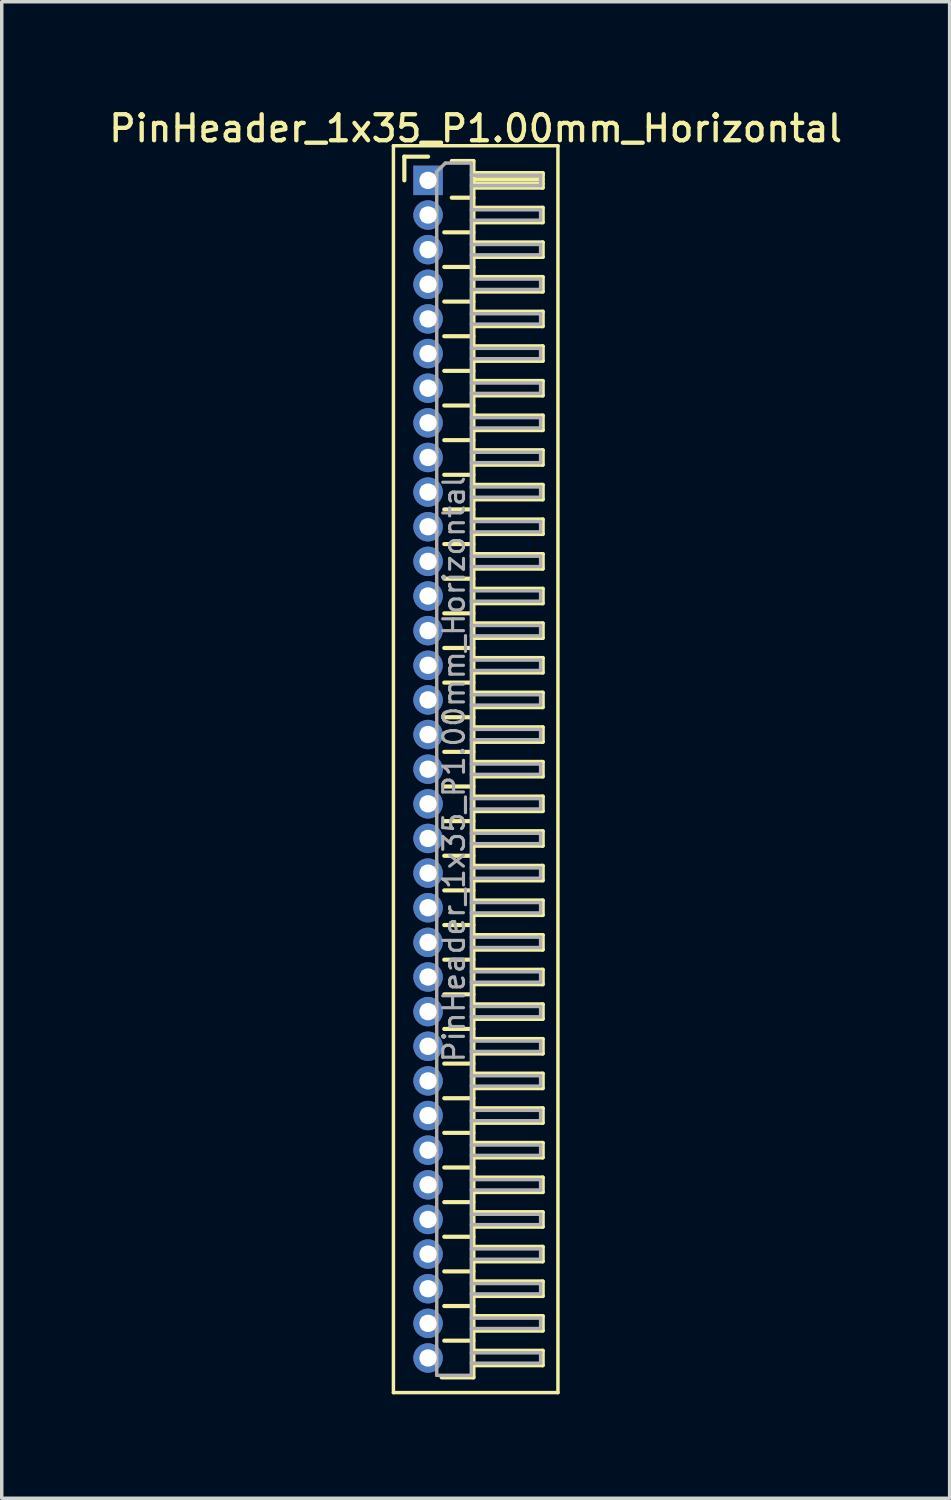
<source format=kicad_pcb>
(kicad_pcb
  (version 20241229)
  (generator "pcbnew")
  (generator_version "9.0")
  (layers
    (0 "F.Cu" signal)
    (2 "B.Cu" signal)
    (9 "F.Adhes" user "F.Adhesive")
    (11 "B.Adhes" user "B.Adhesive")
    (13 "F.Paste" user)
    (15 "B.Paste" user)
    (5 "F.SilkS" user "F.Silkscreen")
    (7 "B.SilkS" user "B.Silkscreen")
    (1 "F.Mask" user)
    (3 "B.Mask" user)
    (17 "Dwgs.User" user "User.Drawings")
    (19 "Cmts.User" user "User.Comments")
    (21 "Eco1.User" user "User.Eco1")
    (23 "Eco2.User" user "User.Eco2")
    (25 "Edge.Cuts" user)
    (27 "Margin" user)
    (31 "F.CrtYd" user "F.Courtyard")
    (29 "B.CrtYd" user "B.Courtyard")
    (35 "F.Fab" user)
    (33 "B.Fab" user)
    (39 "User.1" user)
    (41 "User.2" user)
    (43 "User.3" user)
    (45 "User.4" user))
  (footprint "PinHeader_1x35_P1.00mm_Horizontal"
    (layer "F.Cu")
    (at 9.309 2.158)
    (property "Reference" "PinHeader_1x35_P1.00mm_Horizontal" (at 1.375 -1.5 0) (layer "F.SilkS") (effects (font (size 0.75 0.75) (thickness 0.125))))
    (attr through_hole)
    (fp_line (start -1 -1) (end -1 35) (stroke (width 0.1) (type solid)) (layer "F.SilkS"))
    (fp_line (start -1 35) (end 3.75 35) (stroke (width 0.1) (type solid)) (layer "F.SilkS"))
    (fp_line (start -0.685 -0.685) (end 0 -0.685) (stroke (width 0.12) (type solid)) (layer "F.SilkS"))
    (fp_line (start -0.685 0) (end -0.685 -0.685) (stroke (width 0.12) (type solid)) (layer "F.SilkS"))
    (fp_line (start 0.468 1.5) (end 1.31 1.5) (stroke (width 0.12) (type solid)) (layer "F.SilkS"))
    (fp_line (start 0.468 2.5) (end 1.31 2.5) (stroke (width 0.12) (type solid)) (layer "F.SilkS"))
    (fp_line (start 0.468 3.5) (end 1.31 3.5) (stroke (width 0.12) (type solid)) (layer "F.SilkS"))
    (fp_line (start 0.468 4.5) (end 1.31 4.5) (stroke (width 0.12) (type solid)) (layer "F.SilkS"))
    (fp_line (start 0.468 5.5) (end 1.31 5.5) (stroke (width 0.12) (type solid)) (layer "F.SilkS"))
    (fp_line (start 0.468 6.5) (end 1.31 6.5) (stroke (width 0.12) (type solid)) (layer "F.SilkS"))
    (fp_line (start 0.468 7.5) (end 1.31 7.5) (stroke (width 0.12) (type solid)) (layer "F.SilkS"))
    (fp_line (start 0.468 8.5) (end 1.31 8.5) (stroke (width 0.12) (type solid)) (layer "F.SilkS"))
    (fp_line (start 0.468 9.5) (end 1.31 9.5) (stroke (width 0.12) (type solid)) (layer "F.SilkS"))
    (fp_line (start 0.468 10.5) (end 1.31 10.5) (stroke (width 0.12) (type solid)) (layer "F.SilkS"))
    (fp_line (start 0.468 11.5) (end 1.31 11.5) (stroke (width 0.12) (type solid)) (layer "F.SilkS"))
    (fp_line (start 0.468 12.5) (end 1.31 12.5) (stroke (width 0.12) (type solid)) (layer "F.SilkS"))
    (fp_line (start 0.468 13.5) (end 1.31 13.5) (stroke (width 0.12) (type solid)) (layer "F.SilkS"))
    (fp_line (start 0.468 14.5) (end 1.31 14.5) (stroke (width 0.12) (type solid)) (layer "F.SilkS"))
    (fp_line (start 0.468 15.5) (end 1.31 15.5) (stroke (width 0.12) (type solid)) (layer "F.SilkS"))
    (fp_line (start 0.468 16.5) (end 1.31 16.5) (stroke (width 0.12) (type solid)) (layer "F.SilkS"))
    (fp_line (start 0.468 17.5) (end 1.31 17.5) (stroke (width 0.12) (type solid)) (layer "F.SilkS"))
    (fp_line (start 0.468 18.5) (end 1.31 18.5) (stroke (width 0.12) (type solid)) (layer "F.SilkS"))
    (fp_line (start 0.468 19.5) (end 1.31 19.5) (stroke (width 0.12) (type solid)) (layer "F.SilkS"))
    (fp_line (start 0.468 20.5) (end 1.31 20.5) (stroke (width 0.12) (type solid)) (layer "F.SilkS"))
    (fp_line (start 0.468 21.5) (end 1.31 21.5) (stroke (width 0.12) (type solid)) (layer "F.SilkS"))
    (fp_line (start 0.468 22.5) (end 1.31 22.5) (stroke (width 0.12) (type solid)) (layer "F.SilkS"))
    (fp_line (start 0.468 23.5) (end 1.31 23.5) (stroke (width 0.12) (type solid)) (layer "F.SilkS"))
    (fp_line (start 0.468 24.5) (end 1.31 24.5) (stroke (width 0.12) (type solid)) (layer "F.SilkS"))
    (fp_line (start 0.468 25.5) (end 1.31 25.5) (stroke (width 0.12) (type solid)) (layer "F.SilkS"))
    (fp_line (start 0.468 26.5) (end 1.31 26.5) (stroke (width 0.12) (type solid)) (layer "F.SilkS"))
    (fp_line (start 0.468 27.5) (end 1.31 27.5) (stroke (width 0.12) (type solid)) (layer "F.SilkS"))
    (fp_line (start 0.468 28.5) (end 1.31 28.5) (stroke (width 0.12) (type solid)) (layer "F.SilkS"))
    (fp_line (start 0.468 29.5) (end 1.31 29.5) (stroke (width 0.12) (type solid)) (layer "F.SilkS"))
    (fp_line (start 0.468 30.5) (end 1.31 30.5) (stroke (width 0.12) (type solid)) (layer "F.SilkS"))
    (fp_line (start 0.468 31.5) (end 1.31 31.5) (stroke (width 0.12) (type solid)) (layer "F.SilkS"))
    (fp_line (start 0.468 32.5) (end 1.31 32.5) (stroke (width 0.12) (type solid)) (layer "F.SilkS"))
    (fp_line (start 0.468 33.5) (end 1.31 33.5) (stroke (width 0.12) (type solid)) (layer "F.SilkS"))
    (fp_line (start 0.685 -0.56) (end 1.31 -0.56) (stroke (width 0.12) (type solid)) (layer "F.SilkS"))
    (fp_line (start 0.685 0.5) (end 1.31 0.5) (stroke (width 0.12) (type solid)) (layer "F.SilkS"))
    (fp_line (start 1.31 -0.56) (end 1.31 34.56) (stroke (width 0.12) (type solid)) (layer "F.SilkS"))
    (fp_line (start 1.31 -0.21) (end 3.31 -0.21) (stroke (width 0.12) (type solid)) (layer "F.SilkS"))
    (fp_line (start 1.31 -0.15) (end 3.31 -0.15) (stroke (width 0.12) (type solid)) (layer "F.SilkS"))
    (fp_line (start 1.31 -0.03) (end 3.31 -0.03) (stroke (width 0.12) (type solid)) (layer "F.SilkS"))
    (fp_line (start 1.31 0.09) (end 3.31 0.09) (stroke (width 0.12) (type solid)) (layer "F.SilkS"))
    (fp_line (start 1.31 0.79) (end 3.31 0.79) (stroke (width 0.12) (type solid)) (layer "F.SilkS"))
    (fp_line (start 1.31 1.79) (end 3.31 1.79) (stroke (width 0.12) (type solid)) (layer "F.SilkS"))
    (fp_line (start 1.31 2.79) (end 3.31 2.79) (stroke (width 0.12) (type solid)) (layer "F.SilkS"))
    (fp_line (start 1.31 3.79) (end 3.31 3.79) (stroke (width 0.12) (type solid)) (layer "F.SilkS"))
    (fp_line (start 1.31 4.79) (end 3.31 4.79) (stroke (width 0.12) (type solid)) (layer "F.SilkS"))
    (fp_line (start 1.31 5.79) (end 3.31 5.79) (stroke (width 0.12) (type solid)) (layer "F.SilkS"))
    (fp_line (start 1.31 6.79) (end 3.31 6.79) (stroke (width 0.12) (type solid)) (layer "F.SilkS"))
    (fp_line (start 1.31 7.79) (end 3.31 7.79) (stroke (width 0.12) (type solid)) (layer "F.SilkS"))
    (fp_line (start 1.31 8.79) (end 3.31 8.79) (stroke (width 0.12) (type solid)) (layer "F.SilkS"))
    (fp_line (start 1.31 9.79) (end 3.31 9.79) (stroke (width 0.12) (type solid)) (layer "F.SilkS"))
    (fp_line (start 1.31 10.79) (end 3.31 10.79) (stroke (width 0.12) (type solid)) (layer "F.SilkS"))
    (fp_line (start 1.31 11.79) (end 3.31 11.79) (stroke (width 0.12) (type solid)) (layer "F.SilkS"))
    (fp_line (start 1.31 12.79) (end 3.31 12.79) (stroke (width 0.12) (type solid)) (layer "F.SilkS"))
    (fp_line (start 1.31 13.79) (end 3.31 13.79) (stroke (width 0.12) (type solid)) (layer "F.SilkS"))
    (fp_line (start 1.31 14.79) (end 3.31 14.79) (stroke (width 0.12) (type solid)) (layer "F.SilkS"))
    (fp_line (start 1.31 15.79) (end 3.31 15.79) (stroke (width 0.12) (type solid)) (layer "F.SilkS"))
    (fp_line (start 1.31 16.79) (end 3.31 16.79) (stroke (width 0.12) (type solid)) (layer "F.SilkS"))
    (fp_line (start 1.31 17.79) (end 3.31 17.79) (stroke (width 0.12) (type solid)) (layer "F.SilkS"))
    (fp_line (start 1.31 18.79) (end 3.31 18.79) (stroke (width 0.12) (type solid)) (layer "F.SilkS"))
    (fp_line (start 1.31 19.79) (end 3.31 19.79) (stroke (width 0.12) (type solid)) (layer "F.SilkS"))
    (fp_line (start 1.31 20.79) (end 3.31 20.79) (stroke (width 0.12) (type solid)) (layer "F.SilkS"))
    (fp_line (start 1.31 21.79) (end 3.31 21.79) (stroke (width 0.12) (type solid)) (layer "F.SilkS"))
    (fp_line (start 1.31 22.79) (end 3.31 22.79) (stroke (width 0.12) (type solid)) (layer "F.SilkS"))
    (fp_line (start 1.31 23.79) (end 3.31 23.79) (stroke (width 0.12) (type solid)) (layer "F.SilkS"))
    (fp_line (start 1.31 24.79) (end 3.31 24.79) (stroke (width 0.12) (type solid)) (layer "F.SilkS"))
    (fp_line (start 1.31 25.79) (end 3.31 25.79) (stroke (width 0.12) (type solid)) (layer "F.SilkS"))
    (fp_line (start 1.31 26.79) (end 3.31 26.79) (stroke (width 0.12) (type solid)) (layer "F.SilkS"))
    (fp_line (start 1.31 27.79) (end 3.31 27.79) (stroke (width 0.12) (type solid)) (layer "F.SilkS"))
    (fp_line (start 1.31 28.79) (end 3.31 28.79) (stroke (width 0.12) (type solid)) (layer "F.SilkS"))
    (fp_line (start 1.31 29.79) (end 3.31 29.79) (stroke (width 0.12) (type solid)) (layer "F.SilkS"))
    (fp_line (start 1.31 30.79) (end 3.31 30.79) (stroke (width 0.12) (type solid)) (layer "F.SilkS"))
    (fp_line (start 1.31 31.79) (end 3.31 31.79) (stroke (width 0.12) (type solid)) (layer "F.SilkS"))
    (fp_line (start 1.31 32.79) (end 3.31 32.79) (stroke (width 0.12) (type solid)) (layer "F.SilkS"))
    (fp_line (start 1.31 33.79) (end 3.31 33.79) (stroke (width 0.12) (type solid)) (layer "F.SilkS"))
    (fp_line (start 1.31 34.56) (end 0.394 34.56) (stroke (width 0.12) (type solid)) (layer "F.SilkS"))
    (fp_line (start 3.31 -0.21) (end 3.31 0.21) (stroke (width 0.12) (type solid)) (layer "F.SilkS"))
    (fp_line (start 3.31 0.21) (end 1.31 0.21) (stroke (width 0.12) (type solid)) (layer "F.SilkS"))
    (fp_line (start 3.31 0.79) (end 3.31 1.21) (stroke (width 0.12) (type solid)) (layer "F.SilkS"))
    (fp_line (start 3.31 1.21) (end 1.31 1.21) (stroke (width 0.12) (type solid)) (layer "F.SilkS"))
    (fp_line (start 3.31 1.79) (end 3.31 2.21) (stroke (width 0.12) (type solid)) (layer "F.SilkS"))
    (fp_line (start 3.31 2.21) (end 1.31 2.21) (stroke (width 0.12) (type solid)) (layer "F.SilkS"))
    (fp_line (start 3.31 2.79) (end 3.31 3.21) (stroke (width 0.12) (type solid)) (layer "F.SilkS"))
    (fp_line (start 3.31 3.21) (end 1.31 3.21) (stroke (width 0.12) (type solid)) (layer "F.SilkS"))
    (fp_line (start 3.31 3.79) (end 3.31 4.21) (stroke (width 0.12) (type solid)) (layer "F.SilkS"))
    (fp_line (start 3.31 4.21) (end 1.31 4.21) (stroke (width 0.12) (type solid)) (layer "F.SilkS"))
    (fp_line (start 3.31 4.79) (end 3.31 5.21) (stroke (width 0.12) (type solid)) (layer "F.SilkS"))
    (fp_line (start 3.31 5.21) (end 1.31 5.21) (stroke (width 0.12) (type solid)) (layer "F.SilkS"))
    (fp_line (start 3.31 5.79) (end 3.31 6.21) (stroke (width 0.12) (type solid)) (layer "F.SilkS"))
    (fp_line (start 3.31 6.21) (end 1.31 6.21) (stroke (width 0.12) (type solid)) (layer "F.SilkS"))
    (fp_line (start 3.31 6.79) (end 3.31 7.21) (stroke (width 0.12) (type solid)) (layer "F.SilkS"))
    (fp_line (start 3.31 7.21) (end 1.31 7.21) (stroke (width 0.12) (type solid)) (layer "F.SilkS"))
    (fp_line (start 3.31 7.79) (end 3.31 8.21) (stroke (width 0.12) (type solid)) (layer "F.SilkS"))
    (fp_line (start 3.31 8.21) (end 1.31 8.21) (stroke (width 0.12) (type solid)) (layer "F.SilkS"))
    (fp_line (start 3.31 8.79) (end 3.31 9.21) (stroke (width 0.12) (type solid)) (layer "F.SilkS"))
    (fp_line (start 3.31 9.21) (end 1.31 9.21) (stroke (width 0.12) (type solid)) (layer "F.SilkS"))
    (fp_line (start 3.31 9.79) (end 3.31 10.21) (stroke (width 0.12) (type solid)) (layer "F.SilkS"))
    (fp_line (start 3.31 10.21) (end 1.31 10.21) (stroke (width 0.12) (type solid)) (layer "F.SilkS"))
    (fp_line (start 3.31 10.79) (end 3.31 11.21) (stroke (width 0.12) (type solid)) (layer "F.SilkS"))
    (fp_line (start 3.31 11.21) (end 1.31 11.21) (stroke (width 0.12) (type solid)) (layer "F.SilkS"))
    (fp_line (start 3.31 11.79) (end 3.31 12.21) (stroke (width 0.12) (type solid)) (layer "F.SilkS"))
    (fp_line (start 3.31 12.21) (end 1.31 12.21) (stroke (width 0.12) (type solid)) (layer "F.SilkS"))
    (fp_line (start 3.31 12.79) (end 3.31 13.21) (stroke (width 0.12) (type solid)) (layer "F.SilkS"))
    (fp_line (start 3.31 13.21) (end 1.31 13.21) (stroke (width 0.12) (type solid)) (layer "F.SilkS"))
    (fp_line (start 3.31 13.79) (end 3.31 14.21) (stroke (width 0.12) (type solid)) (layer "F.SilkS"))
    (fp_line (start 3.31 14.21) (end 1.31 14.21) (stroke (width 0.12) (type solid)) (layer "F.SilkS"))
    (fp_line (start 3.31 14.79) (end 3.31 15.21) (stroke (width 0.12) (type solid)) (layer "F.SilkS"))
    (fp_line (start 3.31 15.21) (end 1.31 15.21) (stroke (width 0.12) (type solid)) (layer "F.SilkS"))
    (fp_line (start 3.31 15.79) (end 3.31 16.21) (stroke (width 0.12) (type solid)) (layer "F.SilkS"))
    (fp_line (start 3.31 16.21) (end 1.31 16.21) (stroke (width 0.12) (type solid)) (layer "F.SilkS"))
    (fp_line (start 3.31 16.79) (end 3.31 17.21) (stroke (width 0.12) (type solid)) (layer "F.SilkS"))
    (fp_line (start 3.31 17.21) (end 1.31 17.21) (stroke (width 0.12) (type solid)) (layer "F.SilkS"))
    (fp_line (start 3.31 17.79) (end 3.31 18.21) (stroke (width 0.12) (type solid)) (layer "F.SilkS"))
    (fp_line (start 3.31 18.21) (end 1.31 18.21) (stroke (width 0.12) (type solid)) (layer "F.SilkS"))
    (fp_line (start 3.31 18.79) (end 3.31 19.21) (stroke (width 0.12) (type solid)) (layer "F.SilkS"))
    (fp_line (start 3.31 19.21) (end 1.31 19.21) (stroke (width 0.12) (type solid)) (layer "F.SilkS"))
    (fp_line (start 3.31 19.79) (end 3.31 20.21) (stroke (width 0.12) (type solid)) (layer "F.SilkS"))
    (fp_line (start 3.31 20.21) (end 1.31 20.21) (stroke (width 0.12) (type solid)) (layer "F.SilkS"))
    (fp_line (start 3.31 20.79) (end 3.31 21.21) (stroke (width 0.12) (type solid)) (layer "F.SilkS"))
    (fp_line (start 3.31 21.21) (end 1.31 21.21) (stroke (width 0.12) (type solid)) (layer "F.SilkS"))
    (fp_line (start 3.31 21.79) (end 3.31 22.21) (stroke (width 0.12) (type solid)) (layer "F.SilkS"))
    (fp_line (start 3.31 22.21) (end 1.31 22.21) (stroke (width 0.12) (type solid)) (layer "F.SilkS"))
    (fp_line (start 3.31 22.79) (end 3.31 23.21) (stroke (width 0.12) (type solid)) (layer "F.SilkS"))
    (fp_line (start 3.31 23.21) (end 1.31 23.21) (stroke (width 0.12) (type solid)) (layer "F.SilkS"))
    (fp_line (start 3.31 23.79) (end 3.31 24.21) (stroke (width 0.12) (type solid)) (layer "F.SilkS"))
    (fp_line (start 3.31 24.21) (end 1.31 24.21) (stroke (width 0.12) (type solid)) (layer "F.SilkS"))
    (fp_line (start 3.31 24.79) (end 3.31 25.21) (stroke (width 0.12) (type solid)) (layer "F.SilkS"))
    (fp_line (start 3.31 25.21) (end 1.31 25.21) (stroke (width 0.12) (type solid)) (layer "F.SilkS"))
    (fp_line (start 3.31 25.79) (end 3.31 26.21) (stroke (width 0.12) (type solid)) (layer "F.SilkS"))
    (fp_line (start 3.31 26.21) (end 1.31 26.21) (stroke (width 0.12) (type solid)) (layer "F.SilkS"))
    (fp_line (start 3.31 26.79) (end 3.31 27.21) (stroke (width 0.12) (type solid)) (layer "F.SilkS"))
    (fp_line (start 3.31 27.21) (end 1.31 27.21) (stroke (width 0.12) (type solid)) (layer "F.SilkS"))
    (fp_line (start 3.31 27.79) (end 3.31 28.21) (stroke (width 0.12) (type solid)) (layer "F.SilkS"))
    (fp_line (start 3.31 28.21) (end 1.31 28.21) (stroke (width 0.12) (type solid)) (layer "F.SilkS"))
    (fp_line (start 3.31 28.79) (end 3.31 29.21) (stroke (width 0.12) (type solid)) (layer "F.SilkS"))
    (fp_line (start 3.31 29.21) (end 1.31 29.21) (stroke (width 0.12) (type solid)) (layer "F.SilkS"))
    (fp_line (start 3.31 29.79) (end 3.31 30.21) (stroke (width 0.12) (type solid)) (layer "F.SilkS"))
    (fp_line (start 3.31 30.21) (end 1.31 30.21) (stroke (width 0.12) (type solid)) (layer "F.SilkS"))
    (fp_line (start 3.31 30.79) (end 3.31 31.21) (stroke (width 0.12) (type solid)) (layer "F.SilkS"))
    (fp_line (start 3.31 31.21) (end 1.31 31.21) (stroke (width 0.12) (type solid)) (layer "F.SilkS"))
    (fp_line (start 3.31 31.79) (end 3.31 32.21) (stroke (width 0.12) (type solid)) (layer "F.SilkS"))
    (fp_line (start 3.31 32.21) (end 1.31 32.21) (stroke (width 0.12) (type solid)) (layer "F.SilkS"))
    (fp_line (start 3.31 32.79) (end 3.31 33.21) (stroke (width 0.12) (type solid)) (layer "F.SilkS"))
    (fp_line (start 3.31 33.21) (end 1.31 33.21) (stroke (width 0.12) (type solid)) (layer "F.SilkS"))
    (fp_line (start 3.31 33.79) (end 3.31 34.21) (stroke (width 0.12) (type solid)) (layer "F.SilkS"))
    (fp_line (start 3.31 34.21) (end 1.31 34.21) (stroke (width 0.12) (type solid)) (layer "F.SilkS"))
    (fp_line (start 3.75 -1) (end -1 -1) (stroke (width 0.1) (type solid)) (layer "F.SilkS"))
    (fp_line (start 3.75 35) (end 3.75 -1) (stroke (width 0.1) (type solid)) (layer "F.SilkS"))
    (fp_line (start -0.15 -0.15) (end -0.15 0.15) (stroke (width 0.1) (type solid)) (layer "F.Fab"))
    (fp_line (start -0.15 -0.15) (end 0.25 -0.15) (stroke (width 0.1) (type solid)) (layer "F.Fab"))
    (fp_line (start -0.15 0.15) (end 0.25 0.15) (stroke (width 0.1) (type solid)) (layer "F.Fab"))
    (fp_line (start -0.15 0.85) (end -0.15 1.15) (stroke (width 0.1) (type solid)) (layer "F.Fab"))
    (fp_line (start -0.15 0.85) (end 0.25 0.85) (stroke (width 0.1) (type solid)) (layer "F.Fab"))
    (fp_line (start -0.15 1.15) (end 0.25 1.15) (stroke (width 0.1) (type solid)) (layer "F.Fab"))
    (fp_line (start -0.15 1.85) (end -0.15 2.15) (stroke (width 0.1) (type solid)) (layer "F.Fab"))
    (fp_line (start -0.15 1.85) (end 0.25 1.85) (stroke (width 0.1) (type solid)) (layer "F.Fab"))
    (fp_line (start -0.15 2.15) (end 0.25 2.15) (stroke (width 0.1) (type solid)) (layer "F.Fab"))
    (fp_line (start -0.15 2.85) (end -0.15 3.15) (stroke (width 0.1) (type solid)) (layer "F.Fab"))
    (fp_line (start -0.15 2.85) (end 0.25 2.85) (stroke (width 0.1) (type solid)) (layer "F.Fab"))
    (fp_line (start -0.15 3.15) (end 0.25 3.15) (stroke (width 0.1) (type solid)) (layer "F.Fab"))
    (fp_line (start -0.15 3.85) (end -0.15 4.15) (stroke (width 0.1) (type solid)) (layer "F.Fab"))
    (fp_line (start -0.15 3.85) (end 0.25 3.85) (stroke (width 0.1) (type solid)) (layer "F.Fab"))
    (fp_line (start -0.15 4.15) (end 0.25 4.15) (stroke (width 0.1) (type solid)) (layer "F.Fab"))
    (fp_line (start -0.15 4.85) (end -0.15 5.15) (stroke (width 0.1) (type solid)) (layer "F.Fab"))
    (fp_line (start -0.15 4.85) (end 0.25 4.85) (stroke (width 0.1) (type solid)) (layer "F.Fab"))
    (fp_line (start -0.15 5.15) (end 0.25 5.15) (stroke (width 0.1) (type solid)) (layer "F.Fab"))
    (fp_line (start -0.15 5.85) (end -0.15 6.15) (stroke (width 0.1) (type solid)) (layer "F.Fab"))
    (fp_line (start -0.15 5.85) (end 0.25 5.85) (stroke (width 0.1) (type solid)) (layer "F.Fab"))
    (fp_line (start -0.15 6.15) (end 0.25 6.15) (stroke (width 0.1) (type solid)) (layer "F.Fab"))
    (fp_line (start -0.15 6.85) (end -0.15 7.15) (stroke (width 0.1) (type solid)) (layer "F.Fab"))
    (fp_line (start -0.15 6.85) (end 0.25 6.85) (stroke (width 0.1) (type solid)) (layer "F.Fab"))
    (fp_line (start -0.15 7.15) (end 0.25 7.15) (stroke (width 0.1) (type solid)) (layer "F.Fab"))
    (fp_line (start -0.15 7.85) (end -0.15 8.15) (stroke (width 0.1) (type solid)) (layer "F.Fab"))
    (fp_line (start -0.15 7.85) (end 0.25 7.85) (stroke (width 0.1) (type solid)) (layer "F.Fab"))
    (fp_line (start -0.15 8.15) (end 0.25 8.15) (stroke (width 0.1) (type solid)) (layer "F.Fab"))
    (fp_line (start -0.15 8.85) (end -0.15 9.15) (stroke (width 0.1) (type solid)) (layer "F.Fab"))
    (fp_line (start -0.15 8.85) (end 0.25 8.85) (stroke (width 0.1) (type solid)) (layer "F.Fab"))
    (fp_line (start -0.15 9.15) (end 0.25 9.15) (stroke (width 0.1) (type solid)) (layer "F.Fab"))
    (fp_line (start -0.15 9.85) (end -0.15 10.15) (stroke (width 0.1) (type solid)) (layer "F.Fab"))
    (fp_line (start -0.15 9.85) (end 0.25 9.85) (stroke (width 0.1) (type solid)) (layer "F.Fab"))
    (fp_line (start -0.15 10.15) (end 0.25 10.15) (stroke (width 0.1) (type solid)) (layer "F.Fab"))
    (fp_line (start -0.15 10.85) (end -0.15 11.15) (stroke (width 0.1) (type solid)) (layer "F.Fab"))
    (fp_line (start -0.15 10.85) (end 0.25 10.85) (stroke (width 0.1) (type solid)) (layer "F.Fab"))
    (fp_line (start -0.15 11.15) (end 0.25 11.15) (stroke (width 0.1) (type solid)) (layer "F.Fab"))
    (fp_line (start -0.15 11.85) (end -0.15 12.15) (stroke (width 0.1) (type solid)) (layer "F.Fab"))
    (fp_line (start -0.15 11.85) (end 0.25 11.85) (stroke (width 0.1) (type solid)) (layer "F.Fab"))
    (fp_line (start -0.15 12.15) (end 0.25 12.15) (stroke (width 0.1) (type solid)) (layer "F.Fab"))
    (fp_line (start -0.15 12.85) (end -0.15 13.15) (stroke (width 0.1) (type solid)) (layer "F.Fab"))
    (fp_line (start -0.15 12.85) (end 0.25 12.85) (stroke (width 0.1) (type solid)) (layer "F.Fab"))
    (fp_line (start -0.15 13.15) (end 0.25 13.15) (stroke (width 0.1) (type solid)) (layer "F.Fab"))
    (fp_line (start -0.15 13.85) (end -0.15 14.15) (stroke (width 0.1) (type solid)) (layer "F.Fab"))
    (fp_line (start -0.15 13.85) (end 0.25 13.85) (stroke (width 0.1) (type solid)) (layer "F.Fab"))
    (fp_line (start -0.15 14.15) (end 0.25 14.15) (stroke (width 0.1) (type solid)) (layer "F.Fab"))
    (fp_line (start -0.15 14.85) (end -0.15 15.15) (stroke (width 0.1) (type solid)) (layer "F.Fab"))
    (fp_line (start -0.15 14.85) (end 0.25 14.85) (stroke (width 0.1) (type solid)) (layer "F.Fab"))
    (fp_line (start -0.15 15.15) (end 0.25 15.15) (stroke (width 0.1) (type solid)) (layer "F.Fab"))
    (fp_line (start -0.15 15.85) (end -0.15 16.15) (stroke (width 0.1) (type solid)) (layer "F.Fab"))
    (fp_line (start -0.15 15.85) (end 0.25 15.85) (stroke (width 0.1) (type solid)) (layer "F.Fab"))
    (fp_line (start -0.15 16.15) (end 0.25 16.15) (stroke (width 0.1) (type solid)) (layer "F.Fab"))
    (fp_line (start -0.15 16.85) (end -0.15 17.15) (stroke (width 0.1) (type solid)) (layer "F.Fab"))
    (fp_line (start -0.15 16.85) (end 0.25 16.85) (stroke (width 0.1) (type solid)) (layer "F.Fab"))
    (fp_line (start -0.15 17.15) (end 0.25 17.15) (stroke (width 0.1) (type solid)) (layer "F.Fab"))
    (fp_line (start -0.15 17.85) (end -0.15 18.15) (stroke (width 0.1) (type solid)) (layer "F.Fab"))
    (fp_line (start -0.15 17.85) (end 0.25 17.85) (stroke (width 0.1) (type solid)) (layer "F.Fab"))
    (fp_line (start -0.15 18.15) (end 0.25 18.15) (stroke (width 0.1) (type solid)) (layer "F.Fab"))
    (fp_line (start -0.15 18.85) (end -0.15 19.15) (stroke (width 0.1) (type solid)) (layer "F.Fab"))
    (fp_line (start -0.15 18.85) (end 0.25 18.85) (stroke (width 0.1) (type solid)) (layer "F.Fab"))
    (fp_line (start -0.15 19.15) (end 0.25 19.15) (stroke (width 0.1) (type solid)) (layer "F.Fab"))
    (fp_line (start -0.15 19.85) (end -0.15 20.15) (stroke (width 0.1) (type solid)) (layer "F.Fab"))
    (fp_line (start -0.15 19.85) (end 0.25 19.85) (stroke (width 0.1) (type solid)) (layer "F.Fab"))
    (fp_line (start -0.15 20.15) (end 0.25 20.15) (stroke (width 0.1) (type solid)) (layer "F.Fab"))
    (fp_line (start -0.15 20.85) (end -0.15 21.15) (stroke (width 0.1) (type solid)) (layer "F.Fab"))
    (fp_line (start -0.15 20.85) (end 0.25 20.85) (stroke (width 0.1) (type solid)) (layer "F.Fab"))
    (fp_line (start -0.15 21.15) (end 0.25 21.15) (stroke (width 0.1) (type solid)) (layer "F.Fab"))
    (fp_line (start -0.15 21.85) (end -0.15 22.15) (stroke (width 0.1) (type solid)) (layer "F.Fab"))
    (fp_line (start -0.15 21.85) (end 0.25 21.85) (stroke (width 0.1) (type solid)) (layer "F.Fab"))
    (fp_line (start -0.15 22.15) (end 0.25 22.15) (stroke (width 0.1) (type solid)) (layer "F.Fab"))
    (fp_line (start -0.15 22.85) (end -0.15 23.15) (stroke (width 0.1) (type solid)) (layer "F.Fab"))
    (fp_line (start -0.15 22.85) (end 0.25 22.85) (stroke (width 0.1) (type solid)) (layer "F.Fab"))
    (fp_line (start -0.15 23.15) (end 0.25 23.15) (stroke (width 0.1) (type solid)) (layer "F.Fab"))
    (fp_line (start -0.15 23.85) (end -0.15 24.15) (stroke (width 0.1) (type solid)) (layer "F.Fab"))
    (fp_line (start -0.15 23.85) (end 0.25 23.85) (stroke (width 0.1) (type solid)) (layer "F.Fab"))
    (fp_line (start -0.15 24.15) (end 0.25 24.15) (stroke (width 0.1) (type solid)) (layer "F.Fab"))
    (fp_line (start -0.15 24.85) (end -0.15 25.15) (stroke (width 0.1) (type solid)) (layer "F.Fab"))
    (fp_line (start -0.15 24.85) (end 0.25 24.85) (stroke (width 0.1) (type solid)) (layer "F.Fab"))
    (fp_line (start -0.15 25.15) (end 0.25 25.15) (stroke (width 0.1) (type solid)) (layer "F.Fab"))
    (fp_line (start -0.15 25.85) (end -0.15 26.15) (stroke (width 0.1) (type solid)) (layer "F.Fab"))
    (fp_line (start -0.15 25.85) (end 0.25 25.85) (stroke (width 0.1) (type solid)) (layer "F.Fab"))
    (fp_line (start -0.15 26.15) (end 0.25 26.15) (stroke (width 0.1) (type solid)) (layer "F.Fab"))
    (fp_line (start -0.15 26.85) (end -0.15 27.15) (stroke (width 0.1) (type solid)) (layer "F.Fab"))
    (fp_line (start -0.15 26.85) (end 0.25 26.85) (stroke (width 0.1) (type solid)) (layer "F.Fab"))
    (fp_line (start -0.15 27.15) (end 0.25 27.15) (stroke (width 0.1) (type solid)) (layer "F.Fab"))
    (fp_line (start -0.15 27.85) (end -0.15 28.15) (stroke (width 0.1) (type solid)) (layer "F.Fab"))
    (fp_line (start -0.15 27.85) (end 0.25 27.85) (stroke (width 0.1) (type solid)) (layer "F.Fab"))
    (fp_line (start -0.15 28.15) (end 0.25 28.15) (stroke (width 0.1) (type solid)) (layer "F.Fab"))
    (fp_line (start -0.15 28.85) (end -0.15 29.15) (stroke (width 0.1) (type solid)) (layer "F.Fab"))
    (fp_line (start -0.15 28.85) (end 0.25 28.85) (stroke (width 0.1) (type solid)) (layer "F.Fab"))
    (fp_line (start -0.15 29.15) (end 0.25 29.15) (stroke (width 0.1) (type solid)) (layer "F.Fab"))
    (fp_line (start -0.15 29.85) (end -0.15 30.15) (stroke (width 0.1) (type solid)) (layer "F.Fab"))
    (fp_line (start -0.15 29.85) (end 0.25 29.85) (stroke (width 0.1) (type solid)) (layer "F.Fab"))
    (fp_line (start -0.15 30.15) (end 0.25 30.15) (stroke (width 0.1) (type solid)) (layer "F.Fab"))
    (fp_line (start -0.15 30.85) (end -0.15 31.15) (stroke (width 0.1) (type solid)) (layer "F.Fab"))
    (fp_line (start -0.15 30.85) (end 0.25 30.85) (stroke (width 0.1) (type solid)) (layer "F.Fab"))
    (fp_line (start -0.15 31.15) (end 0.25 31.15) (stroke (width 0.1) (type solid)) (layer "F.Fab"))
    (fp_line (start -0.15 31.85) (end -0.15 32.15) (stroke (width 0.1) (type solid)) (layer "F.Fab"))
    (fp_line (start -0.15 31.85) (end 0.25 31.85) (stroke (width 0.1) (type solid)) (layer "F.Fab"))
    (fp_line (start -0.15 32.15) (end 0.25 32.15) (stroke (width 0.1) (type solid)) (layer "F.Fab"))
    (fp_line (start -0.15 32.85) (end -0.15 33.15) (stroke (width 0.1) (type solid)) (layer "F.Fab"))
    (fp_line (start -0.15 32.85) (end 0.25 32.85) (stroke (width 0.1) (type solid)) (layer "F.Fab"))
    (fp_line (start -0.15 33.15) (end 0.25 33.15) (stroke (width 0.1) (type solid)) (layer "F.Fab"))
    (fp_line (start -0.15 33.85) (end -0.15 34.15) (stroke (width 0.1) (type solid)) (layer "F.Fab"))
    (fp_line (start -0.15 33.85) (end 0.25 33.85) (stroke (width 0.1) (type solid)) (layer "F.Fab"))
    (fp_line (start -0.15 34.15) (end 0.25 34.15) (stroke (width 0.1) (type solid)) (layer "F.Fab"))
    (fp_line (start 0.25 -0.25) (end 0.5 -0.5) (stroke (width 0.1) (type solid)) (layer "F.Fab"))
    (fp_line (start 0.25 34.5) (end 0.25 -0.25) (stroke (width 0.1) (type solid)) (layer "F.Fab"))
    (fp_line (start 0.5 -0.5) (end 1.25 -0.5) (stroke (width 0.1) (type solid)) (layer "F.Fab"))
    (fp_line (start 1.25 -0.5) (end 1.25 34.5) (stroke (width 0.1) (type solid)) (layer "F.Fab"))
    (fp_line (start 1.25 -0.15) (end 3.25 -0.15) (stroke (width 0.1) (type solid)) (layer "F.Fab"))
    (fp_line (start 1.25 0.15) (end 3.25 0.15) (stroke (width 0.1) (type solid)) (layer "F.Fab"))
    (fp_line (start 1.25 0.85) (end 3.25 0.85) (stroke (width 0.1) (type solid)) (layer "F.Fab"))
    (fp_line (start 1.25 1.15) (end 3.25 1.15) (stroke (width 0.1) (type solid)) (layer "F.Fab"))
    (fp_line (start 1.25 1.85) (end 3.25 1.85) (stroke (width 0.1) (type solid)) (layer "F.Fab"))
    (fp_line (start 1.25 2.15) (end 3.25 2.15) (stroke (width 0.1) (type solid)) (layer "F.Fab"))
    (fp_line (start 1.25 2.85) (end 3.25 2.85) (stroke (width 0.1) (type solid)) (layer "F.Fab"))
    (fp_line (start 1.25 3.15) (end 3.25 3.15) (stroke (width 0.1) (type solid)) (layer "F.Fab"))
    (fp_line (start 1.25 3.85) (end 3.25 3.85) (stroke (width 0.1) (type solid)) (layer "F.Fab"))
    (fp_line (start 1.25 4.15) (end 3.25 4.15) (stroke (width 0.1) (type solid)) (layer "F.Fab"))
    (fp_line (start 1.25 4.85) (end 3.25 4.85) (stroke (width 0.1) (type solid)) (layer "F.Fab"))
    (fp_line (start 1.25 5.15) (end 3.25 5.15) (stroke (width 0.1) (type solid)) (layer "F.Fab"))
    (fp_line (start 1.25 5.85) (end 3.25 5.85) (stroke (width 0.1) (type solid)) (layer "F.Fab"))
    (fp_line (start 1.25 6.15) (end 3.25 6.15) (stroke (width 0.1) (type solid)) (layer "F.Fab"))
    (fp_line (start 1.25 6.85) (end 3.25 6.85) (stroke (width 0.1) (type solid)) (layer "F.Fab"))
    (fp_line (start 1.25 7.15) (end 3.25 7.15) (stroke (width 0.1) (type solid)) (layer "F.Fab"))
    (fp_line (start 1.25 7.85) (end 3.25 7.85) (stroke (width 0.1) (type solid)) (layer "F.Fab"))
    (fp_line (start 1.25 8.15) (end 3.25 8.15) (stroke (width 0.1) (type solid)) (layer "F.Fab"))
    (fp_line (start 1.25 8.85) (end 3.25 8.85) (stroke (width 0.1) (type solid)) (layer "F.Fab"))
    (fp_line (start 1.25 9.15) (end 3.25 9.15) (stroke (width 0.1) (type solid)) (layer "F.Fab"))
    (fp_line (start 1.25 9.85) (end 3.25 9.85) (stroke (width 0.1) (type solid)) (layer "F.Fab"))
    (fp_line (start 1.25 10.15) (end 3.25 10.15) (stroke (width 0.1) (type solid)) (layer "F.Fab"))
    (fp_line (start 1.25 10.85) (end 3.25 10.85) (stroke (width 0.1) (type solid)) (layer "F.Fab"))
    (fp_line (start 1.25 11.15) (end 3.25 11.15) (stroke (width 0.1) (type solid)) (layer "F.Fab"))
    (fp_line (start 1.25 11.85) (end 3.25 11.85) (stroke (width 0.1) (type solid)) (layer "F.Fab"))
    (fp_line (start 1.25 12.15) (end 3.25 12.15) (stroke (width 0.1) (type solid)) (layer "F.Fab"))
    (fp_line (start 1.25 12.85) (end 3.25 12.85) (stroke (width 0.1) (type solid)) (layer "F.Fab"))
    (fp_line (start 1.25 13.15) (end 3.25 13.15) (stroke (width 0.1) (type solid)) (layer "F.Fab"))
    (fp_line (start 1.25 13.85) (end 3.25 13.85) (stroke (width 0.1) (type solid)) (layer "F.Fab"))
    (fp_line (start 1.25 14.15) (end 3.25 14.15) (stroke (width 0.1) (type solid)) (layer "F.Fab"))
    (fp_line (start 1.25 14.85) (end 3.25 14.85) (stroke (width 0.1) (type solid)) (layer "F.Fab"))
    (fp_line (start 1.25 15.15) (end 3.25 15.15) (stroke (width 0.1) (type solid)) (layer "F.Fab"))
    (fp_line (start 1.25 15.85) (end 3.25 15.85) (stroke (width 0.1) (type solid)) (layer "F.Fab"))
    (fp_line (start 1.25 16.15) (end 3.25 16.15) (stroke (width 0.1) (type solid)) (layer "F.Fab"))
    (fp_line (start 1.25 16.85) (end 3.25 16.85) (stroke (width 0.1) (type solid)) (layer "F.Fab"))
    (fp_line (start 1.25 17.15) (end 3.25 17.15) (stroke (width 0.1) (type solid)) (layer "F.Fab"))
    (fp_line (start 1.25 17.85) (end 3.25 17.85) (stroke (width 0.1) (type solid)) (layer "F.Fab"))
    (fp_line (start 1.25 18.15) (end 3.25 18.15) (stroke (width 0.1) (type solid)) (layer "F.Fab"))
    (fp_line (start 1.25 18.85) (end 3.25 18.85) (stroke (width 0.1) (type solid)) (layer "F.Fab"))
    (fp_line (start 1.25 19.15) (end 3.25 19.15) (stroke (width 0.1) (type solid)) (layer "F.Fab"))
    (fp_line (start 1.25 19.85) (end 3.25 19.85) (stroke (width 0.1) (type solid)) (layer "F.Fab"))
    (fp_line (start 1.25 20.15) (end 3.25 20.15) (stroke (width 0.1) (type solid)) (layer "F.Fab"))
    (fp_line (start 1.25 20.85) (end 3.25 20.85) (stroke (width 0.1) (type solid)) (layer "F.Fab"))
    (fp_line (start 1.25 21.15) (end 3.25 21.15) (stroke (width 0.1) (type solid)) (layer "F.Fab"))
    (fp_line (start 1.25 21.85) (end 3.25 21.85) (stroke (width 0.1) (type solid)) (layer "F.Fab"))
    (fp_line (start 1.25 22.15) (end 3.25 22.15) (stroke (width 0.1) (type solid)) (layer "F.Fab"))
    (fp_line (start 1.25 22.85) (end 3.25 22.85) (stroke (width 0.1) (type solid)) (layer "F.Fab"))
    (fp_line (start 1.25 23.15) (end 3.25 23.15) (stroke (width 0.1) (type solid)) (layer "F.Fab"))
    (fp_line (start 1.25 23.85) (end 3.25 23.85) (stroke (width 0.1) (type solid)) (layer "F.Fab"))
    (fp_line (start 1.25 24.15) (end 3.25 24.15) (stroke (width 0.1) (type solid)) (layer "F.Fab"))
    (fp_line (start 1.25 24.85) (end 3.25 24.85) (stroke (width 0.1) (type solid)) (layer "F.Fab"))
    (fp_line (start 1.25 25.15) (end 3.25 25.15) (stroke (width 0.1) (type solid)) (layer "F.Fab"))
    (fp_line (start 1.25 25.85) (end 3.25 25.85) (stroke (width 0.1) (type solid)) (layer "F.Fab"))
    (fp_line (start 1.25 26.15) (end 3.25 26.15) (stroke (width 0.1) (type solid)) (layer "F.Fab"))
    (fp_line (start 1.25 26.85) (end 3.25 26.85) (stroke (width 0.1) (type solid)) (layer "F.Fab"))
    (fp_line (start 1.25 27.15) (end 3.25 27.15) (stroke (width 0.1) (type solid)) (layer "F.Fab"))
    (fp_line (start 1.25 27.85) (end 3.25 27.85) (stroke (width 0.1) (type solid)) (layer "F.Fab"))
    (fp_line (start 1.25 28.15) (end 3.25 28.15) (stroke (width 0.1) (type solid)) (layer "F.Fab"))
    (fp_line (start 1.25 28.85) (end 3.25 28.85) (stroke (width 0.1) (type solid)) (layer "F.Fab"))
    (fp_line (start 1.25 29.15) (end 3.25 29.15) (stroke (width 0.1) (type solid)) (layer "F.Fab"))
    (fp_line (start 1.25 29.85) (end 3.25 29.85) (stroke (width 0.1) (type solid)) (layer "F.Fab"))
    (fp_line (start 1.25 30.15) (end 3.25 30.15) (stroke (width 0.1) (type solid)) (layer "F.Fab"))
    (fp_line (start 1.25 30.85) (end 3.25 30.85) (stroke (width 0.1) (type solid)) (layer "F.Fab"))
    (fp_line (start 1.25 31.15) (end 3.25 31.15) (stroke (width 0.1) (type solid)) (layer "F.Fab"))
    (fp_line (start 1.25 31.85) (end 3.25 31.85) (stroke (width 0.1) (type solid)) (layer "F.Fab"))
    (fp_line (start 1.25 32.15) (end 3.25 32.15) (stroke (width 0.1) (type solid)) (layer "F.Fab"))
    (fp_line (start 1.25 32.85) (end 3.25 32.85) (stroke (width 0.1) (type solid)) (layer "F.Fab"))
    (fp_line (start 1.25 33.15) (end 3.25 33.15) (stroke (width 0.1) (type solid)) (layer "F.Fab"))
    (fp_line (start 1.25 33.85) (end 3.25 33.85) (stroke (width 0.1) (type solid)) (layer "F.Fab"))
    (fp_line (start 1.25 34.15) (end 3.25 34.15) (stroke (width 0.1) (type solid)) (layer "F.Fab"))
    (fp_line (start 1.25 34.5) (end 0.25 34.5) (stroke (width 0.1) (type solid)) (layer "F.Fab"))
    (fp_line (start 3.25 -0.15) (end 3.25 0.15) (stroke (width 0.1) (type solid)) (layer "F.Fab"))
    (fp_line (start 3.25 0.85) (end 3.25 1.15) (stroke (width 0.1) (type solid)) (layer "F.Fab"))
    (fp_line (start 3.25 1.85) (end 3.25 2.15) (stroke (width 0.1) (type solid)) (layer "F.Fab"))
    (fp_line (start 3.25 2.85) (end 3.25 3.15) (stroke (width 0.1) (type solid)) (layer "F.Fab"))
    (fp_line (start 3.25 3.85) (end 3.25 4.15) (stroke (width 0.1) (type solid)) (layer "F.Fab"))
    (fp_line (start 3.25 4.85) (end 3.25 5.15) (stroke (width 0.1) (type solid)) (layer "F.Fab"))
    (fp_line (start 3.25 5.85) (end 3.25 6.15) (stroke (width 0.1) (type solid)) (layer "F.Fab"))
    (fp_line (start 3.25 6.85) (end 3.25 7.15) (stroke (width 0.1) (type solid)) (layer "F.Fab"))
    (fp_line (start 3.25 7.85) (end 3.25 8.15) (stroke (width 0.1) (type solid)) (layer "F.Fab"))
    (fp_line (start 3.25 8.85) (end 3.25 9.15) (stroke (width 0.1) (type solid)) (layer "F.Fab"))
    (fp_line (start 3.25 9.85) (end 3.25 10.15) (stroke (width 0.1) (type solid)) (layer "F.Fab"))
    (fp_line (start 3.25 10.85) (end 3.25 11.15) (stroke (width 0.1) (type solid)) (layer "F.Fab"))
    (fp_line (start 3.25 11.85) (end 3.25 12.15) (stroke (width 0.1) (type solid)) (layer "F.Fab"))
    (fp_line (start 3.25 12.85) (end 3.25 13.15) (stroke (width 0.1) (type solid)) (layer "F.Fab"))
    (fp_line (start 3.25 13.85) (end 3.25 14.15) (stroke (width 0.1) (type solid)) (layer "F.Fab"))
    (fp_line (start 3.25 14.85) (end 3.25 15.15) (stroke (width 0.1) (type solid)) (layer "F.Fab"))
    (fp_line (start 3.25 15.85) (end 3.25 16.15) (stroke (width 0.1) (type solid)) (layer "F.Fab"))
    (fp_line (start 3.25 16.85) (end 3.25 17.15) (stroke (width 0.1) (type solid)) (layer "F.Fab"))
    (fp_line (start 3.25 17.85) (end 3.25 18.15) (stroke (width 0.1) (type solid)) (layer "F.Fab"))
    (fp_line (start 3.25 18.85) (end 3.25 19.15) (stroke (width 0.1) (type solid)) (layer "F.Fab"))
    (fp_line (start 3.25 19.85) (end 3.25 20.15) (stroke (width 0.1) (type solid)) (layer "F.Fab"))
    (fp_line (start 3.25 20.85) (end 3.25 21.15) (stroke (width 0.1) (type solid)) (layer "F.Fab"))
    (fp_line (start 3.25 21.85) (end 3.25 22.15) (stroke (width 0.1) (type solid)) (layer "F.Fab"))
    (fp_line (start 3.25 22.85) (end 3.25 23.15) (stroke (width 0.1) (type solid)) (layer "F.Fab"))
    (fp_line (start 3.25 23.85) (end 3.25 24.15) (stroke (width 0.1) (type solid)) (layer "F.Fab"))
    (fp_line (start 3.25 24.85) (end 3.25 25.15) (stroke (width 0.1) (type solid)) (layer "F.Fab"))
    (fp_line (start 3.25 25.85) (end 3.25 26.15) (stroke (width 0.1) (type solid)) (layer "F.Fab"))
    (fp_line (start 3.25 26.85) (end 3.25 27.15) (stroke (width 0.1) (type solid)) (layer "F.Fab"))
    (fp_line (start 3.25 27.85) (end 3.25 28.15) (stroke (width 0.1) (type solid)) (layer "F.Fab"))
    (fp_line (start 3.25 28.85) (end 3.25 29.15) (stroke (width 0.1) (type solid)) (layer "F.Fab"))
    (fp_line (start 3.25 29.85) (end 3.25 30.15) (stroke (width 0.1) (type solid)) (layer "F.Fab"))
    (fp_line (start 3.25 30.85) (end 3.25 31.15) (stroke (width 0.1) (type solid)) (layer "F.Fab"))
    (fp_line (start 3.25 31.85) (end 3.25 32.15) (stroke (width 0.1) (type solid)) (layer "F.Fab"))
    (fp_line (start 3.25 32.85) (end 3.25 33.15) (stroke (width 0.1) (type solid)) (layer "F.Fab"))
    (fp_line (start 3.25 33.85) (end 3.25 34.15) (stroke (width 0.1) (type solid)) (layer "F.Fab"))
    (fp_text user "${REFERENCE}" (at 0.75 17 90) (layer "F.Fab") (effects (font (size 0.6 0.6) (thickness 0.09))))
    (pad "1" thru_hole rect (at 0 0) (size 0.85 0.85) (drill 0.5) (layers "*.Cu" "*.Mask"))
    (pad "2" thru_hole oval (at 0 1) (size 0.85 0.85) (drill 0.5) (layers "*.Cu" "*.Mask"))
    (pad "3" thru_hole oval (at 0 2) (size 0.85 0.85) (drill 0.5) (layers "*.Cu" "*.Mask"))
    (pad "4" thru_hole oval (at 0 3) (size 0.85 0.85) (drill 0.5) (layers "*.Cu" "*.Mask"))
    (pad "5" thru_hole oval (at 0 4) (size 0.85 0.85) (drill 0.5) (layers "*.Cu" "*.Mask"))
    (pad "6" thru_hole oval (at 0 5) (size 0.85 0.85) (drill 0.5) (layers "*.Cu" "*.Mask"))
    (pad "7" thru_hole oval (at 0 6) (size 0.85 0.85) (drill 0.5) (layers "*.Cu" "*.Mask"))
    (pad "8" thru_hole oval (at 0 7) (size 0.85 0.85) (drill 0.5) (layers "*.Cu" "*.Mask"))
    (pad "9" thru_hole oval (at 0 8) (size 0.85 0.85) (drill 0.5) (layers "*.Cu" "*.Mask"))
    (pad "10" thru_hole oval (at 0 9) (size 0.85 0.85) (drill 0.5) (layers "*.Cu" "*.Mask"))
    (pad "11" thru_hole oval (at 0 10) (size 0.85 0.85) (drill 0.5) (layers "*.Cu" "*.Mask"))
    (pad "12" thru_hole oval (at 0 11) (size 0.85 0.85) (drill 0.5) (layers "*.Cu" "*.Mask"))
    (pad "13" thru_hole oval (at 0 12) (size 0.85 0.85) (drill 0.5) (layers "*.Cu" "*.Mask"))
    (pad "14" thru_hole oval (at 0 13) (size 0.85 0.85) (drill 0.5) (layers "*.Cu" "*.Mask"))
    (pad "15" thru_hole oval (at 0 14) (size 0.85 0.85) (drill 0.5) (layers "*.Cu" "*.Mask"))
    (pad "16" thru_hole oval (at 0 15) (size 0.85 0.85) (drill 0.5) (layers "*.Cu" "*.Mask"))
    (pad "17" thru_hole oval (at 0 16) (size 0.85 0.85) (drill 0.5) (layers "*.Cu" "*.Mask"))
    (pad "18" thru_hole oval (at 0 17) (size 0.85 0.85) (drill 0.5) (layers "*.Cu" "*.Mask"))
    (pad "19" thru_hole oval (at 0 18) (size 0.85 0.85) (drill 0.5) (layers "*.Cu" "*.Mask"))
    (pad "20" thru_hole oval (at 0 19) (size 0.85 0.85) (drill 0.5) (layers "*.Cu" "*.Mask"))
    (pad "21" thru_hole oval (at 0 20) (size 0.85 0.85) (drill 0.5) (layers "*.Cu" "*.Mask"))
    (pad "22" thru_hole oval (at 0 21) (size 0.85 0.85) (drill 0.5) (layers "*.Cu" "*.Mask"))
    (pad "23" thru_hole oval (at 0 22) (size 0.85 0.85) (drill 0.5) (layers "*.Cu" "*.Mask"))
    (pad "24" thru_hole oval (at 0 23) (size 0.85 0.85) (drill 0.5) (layers "*.Cu" "*.Mask"))
    (pad "25" thru_hole oval (at 0 24) (size 0.85 0.85) (drill 0.5) (layers "*.Cu" "*.Mask"))
    (pad "26" thru_hole oval (at 0 25) (size 0.85 0.85) (drill 0.5) (layers "*.Cu" "*.Mask"))
    (pad "27" thru_hole oval (at 0 26) (size 0.85 0.85) (drill 0.5) (layers "*.Cu" "*.Mask"))
    (pad "28" thru_hole oval (at 0 27) (size 0.85 0.85) (drill 0.5) (layers "*.Cu" "*.Mask"))
    (pad "29" thru_hole oval (at 0 28) (size 0.85 0.85) (drill 0.5) (layers "*.Cu" "*.Mask"))
    (pad "30" thru_hole oval (at 0 29) (size 0.85 0.85) (drill 0.5) (layers "*.Cu" "*.Mask"))
    (pad "31" thru_hole oval (at 0 30) (size 0.85 0.85) (drill 0.5) (layers "*.Cu" "*.Mask"))
    (pad "32" thru_hole oval (at 0 31) (size 0.85 0.85) (drill 0.5) (layers "*.Cu" "*.Mask"))
    (pad "33" thru_hole oval (at 0 32) (size 0.85 0.85) (drill 0.5) (layers "*.Cu" "*.Mask"))
    (pad "34" thru_hole oval (at 0 33) (size 0.85 0.85) (drill 0.5) (layers "*.Cu" "*.Mask"))
    (pad "35" thru_hole oval (at 0 34) (size 0.85 0.85) (drill 0.5) (layers "*.Cu" "*.Mask")))
  (gr_rect
    (start -3 -3)
    (end 24.368 40.208)
    (stroke (width 0.1) (type default))
    (fill no)
    (layer "Edge.Cuts")))
</source>
